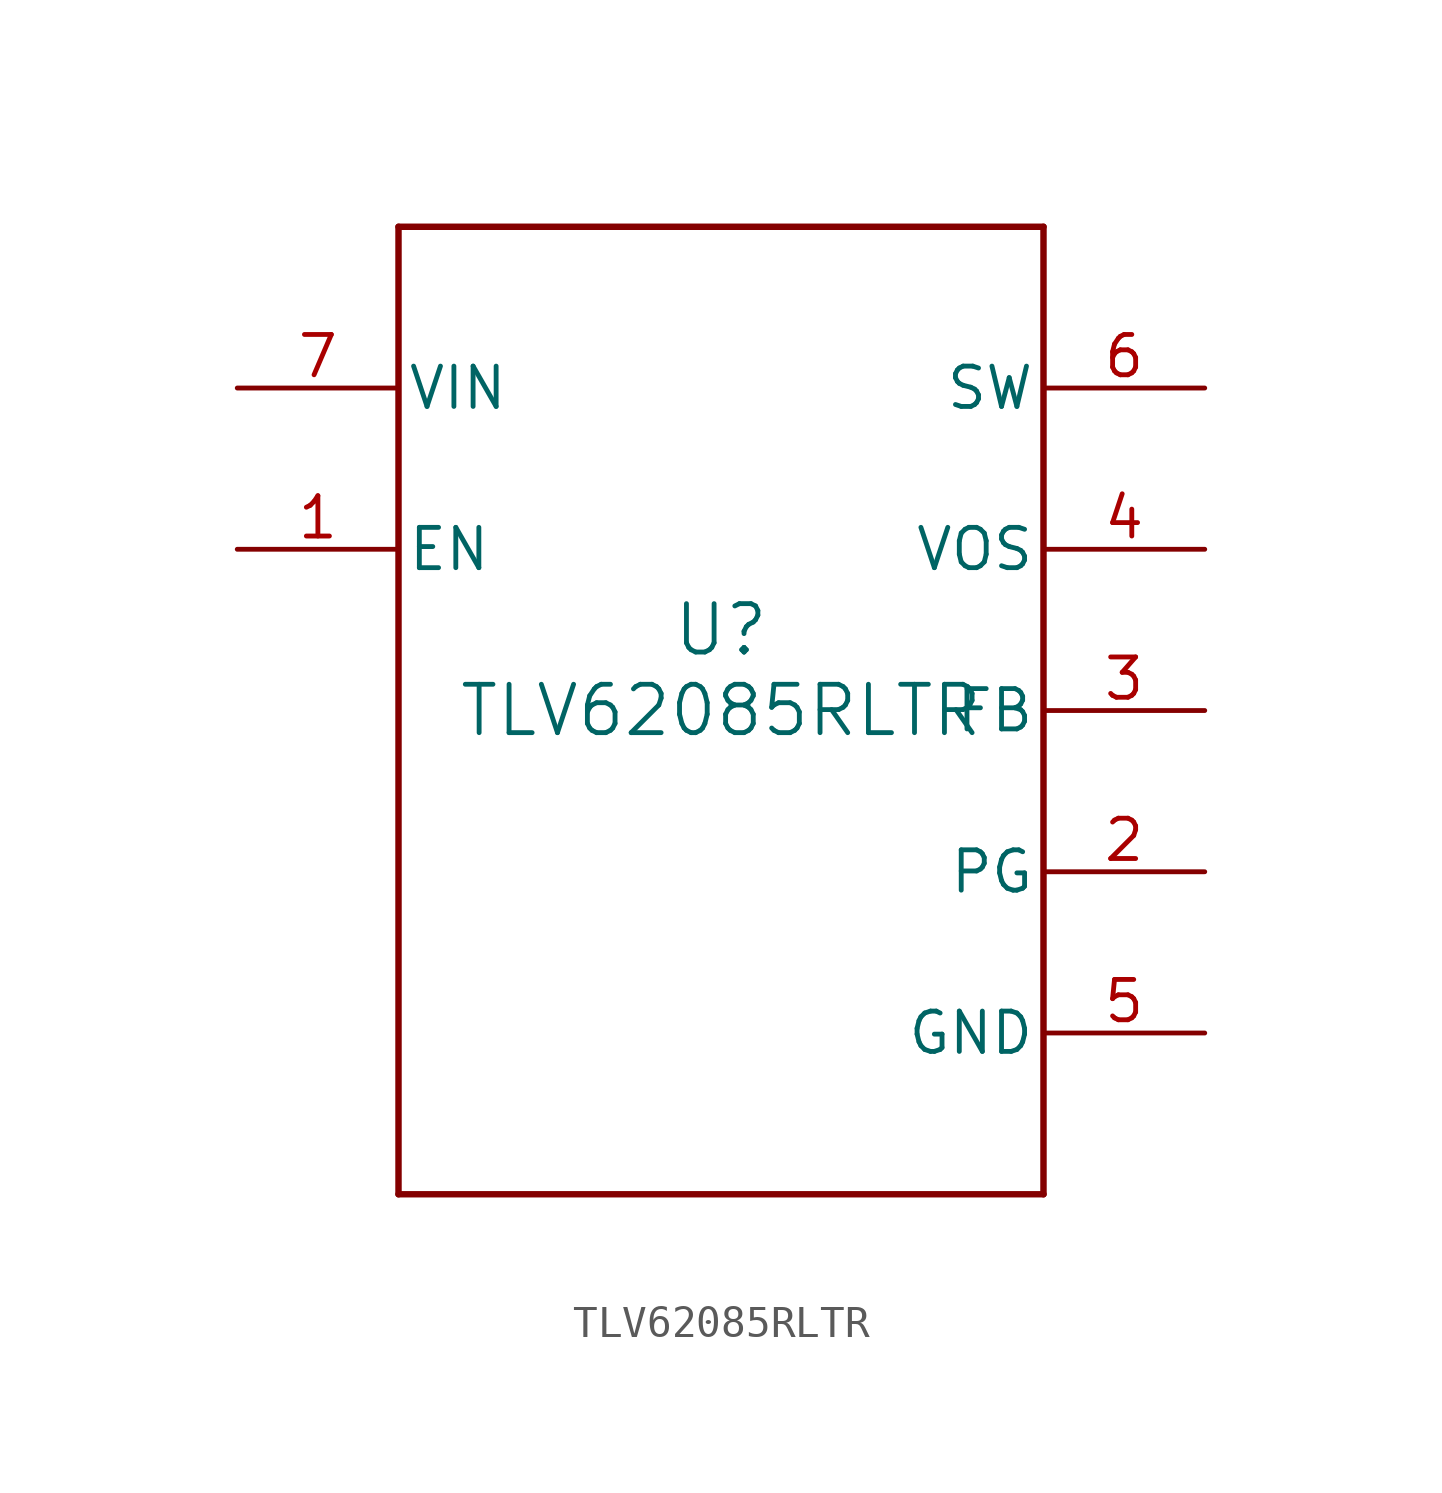
<source format=kicad_sym>
(kicad_symbol_lib
  (version 20211014)
  (generator kicad_symbol_editor)
  (symbol "TLV62085RLTR"
    (pin_names
      (offset 0.254))
    (property "Reference" "U"
      (at 0 2.54 0)
      (effects (font (size 1.524 1.524))))
    (property "Value" "TLV62085RLTR"
      (at 0 0 0)
      (effects (font (size 1.524 1.524))))
    (symbol "TLV62085RLTR_0_1"
      (polyline (pts (xy -10.16 -15.24) (xy 10.16 -15.24)) (stroke (width 0.203) (type default) (color 0 0 0 0)) (fill (type none)))
      (polyline (pts (xy 10.16 -15.24) (xy 10.16 15.24)) (stroke (width 0.203) (type default) (color 0 0 0 0)) (fill (type none)))
      (polyline (pts (xy 10.16 15.24) (xy -10.16 15.24)) (stroke (width 0.203) (type default) (color 0 0 0 0)) (fill (type none)))
      (polyline (pts (xy -10.16 15.24) (xy -10.16 -15.24)) (stroke (width 0.203) (type default) (color 0 0 0 0)) (fill (type none)))
      (pin input line (at -15.24 5.08 0) (length 5.08) (name "EN" (effects (font (size 1.27 1.27)))) (number "1" (effects (font (size 1.27 1.27)))))
      (pin open_collector line (at 15.24 -5.08 180) (length 5.08) (name "PG" (effects (font (size 1.27 1.27)))) (number "2" (effects (font (size 1.27 1.27)))))
      (pin input line (at 15.24 0 180) (length 5.08) (name "FB" (effects (font (size 1.27 1.27)))) (number "3" (effects (font (size 1.27 1.27)))))
      (pin input line (at 15.24 5.08 180) (length 5.08) (name "VOS" (effects (font (size 1.27 1.27)))) (number "4" (effects (font (size 1.27 1.27)))))
      (pin power_in line (at 15.24 -10.16 180) (length 5.08) (name "GND" (effects (font (size 1.27 1.27)))) (number "5" (effects (font (size 1.27 1.27)))))
      (pin power_in line (at 15.24 10.16 180) (length 5.08) (name "SW" (effects (font (size 1.27 1.27)))) (number "6" (effects (font (size 1.27 1.27)))))
      (pin power_in line (at -15.24 10.16 0) (length 5.08) (name "VIN" (effects (font (size 1.27 1.27)))) (number "7" (effects (font (size 1.27 1.27))))))))
</source>
